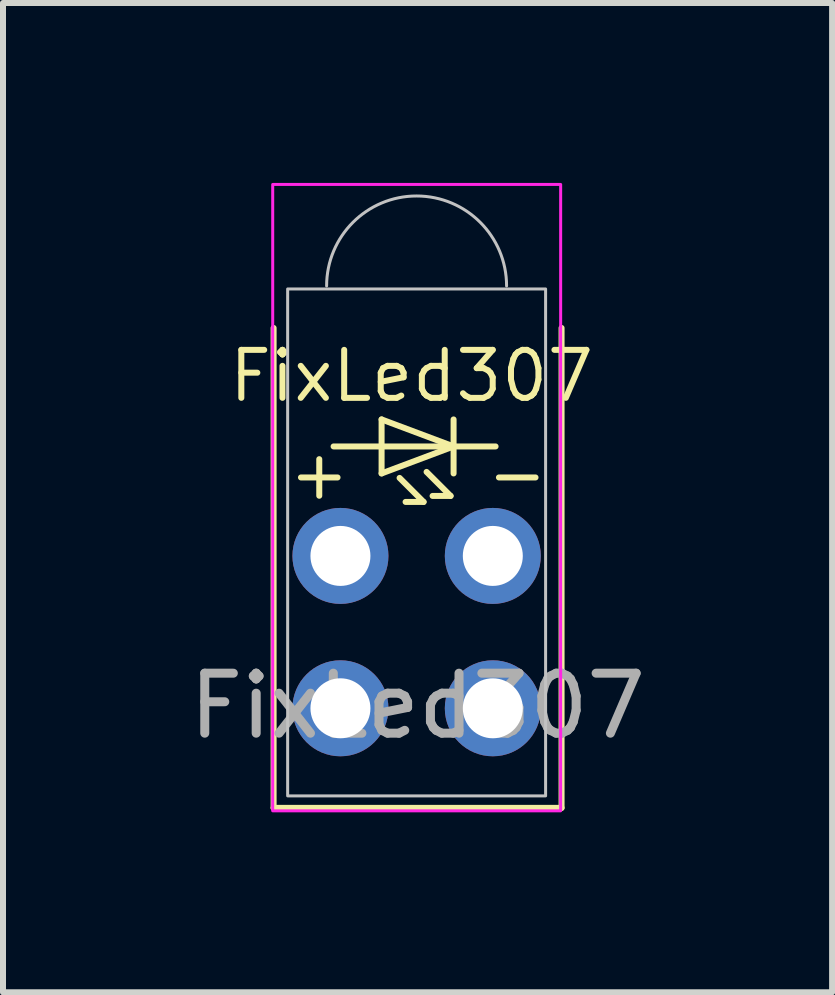
<source format=kicad_pcb>
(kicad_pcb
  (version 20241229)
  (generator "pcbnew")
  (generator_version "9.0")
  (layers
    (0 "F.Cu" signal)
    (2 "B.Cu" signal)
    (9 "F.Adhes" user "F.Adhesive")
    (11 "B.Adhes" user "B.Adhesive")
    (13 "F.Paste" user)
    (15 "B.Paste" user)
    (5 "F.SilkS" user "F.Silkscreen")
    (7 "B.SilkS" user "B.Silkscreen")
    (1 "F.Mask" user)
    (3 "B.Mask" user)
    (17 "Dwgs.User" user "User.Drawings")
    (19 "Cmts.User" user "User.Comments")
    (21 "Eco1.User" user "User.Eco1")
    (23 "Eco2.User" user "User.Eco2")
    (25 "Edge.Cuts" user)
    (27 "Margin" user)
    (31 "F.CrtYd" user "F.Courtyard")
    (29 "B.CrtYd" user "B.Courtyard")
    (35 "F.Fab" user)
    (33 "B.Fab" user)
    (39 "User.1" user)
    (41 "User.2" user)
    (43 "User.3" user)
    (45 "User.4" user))
  (footprint "FixLed307"
    (layer "F.Cu")
    (at 3.911 6.217)
    (property "Reference" "FixLed307" (at -0.1 -3 0) (unlocked yes) (layer "F.SilkS") (effects (font (size 0.8 0.8) (thickness 0.1))))
    (attr through_hole)
    (fp_line (start -2.4 4.2) (end -2.4 -3.8) (stroke (width 0.1) (type default)) (layer "F.SilkS"))
    (fp_line (start -0.6 -2.275) (end -0.6 -1.375) (stroke (width 0.1) (type default)) (layer "F.SilkS"))
    (fp_line (start -0.6 -1.375) (end 0.6 -1.825) (stroke (width 0.1) (type default)) (layer "F.SilkS"))
    (fp_line (start -0.3 -1.3) (end 0.1 -0.9) (stroke (width 0.1) (type default)) (layer "F.SilkS"))
    (fp_line (start 0.1 -0.9) (end -0.2 -0.9) (stroke (width 0.1) (type default)) (layer "F.SilkS"))
    (fp_line (start 0.15 -1.4) (end 0.55 -1) (stroke (width 0.1) (type default)) (layer "F.SilkS"))
    (fp_line (start 0.55 -1) (end 0.25 -1) (stroke (width 0.1) (type default)) (layer "F.SilkS"))
    (fp_line (start 0.6 -2.275) (end 0.6 -1.375) (stroke (width 0.1) (type default)) (layer "F.SilkS"))
    (fp_line (start 0.6 -1.825) (end -1.4 -1.825) (stroke (width 0.1) (type default)) (layer "F.SilkS"))
    (fp_line (start 0.6 -1.825) (end -0.6 -2.275) (stroke (width 0.1) (type default)) (layer "F.SilkS"))
    (fp_line (start 0.6 -1.825) (end 1.3 -1.825) (stroke (width 0.1) (type default)) (layer "F.SilkS"))
    (fp_line (start 2.4 -3.8) (end 2.4 4.2) (stroke (width 0.1) (type default)) (layer "F.SilkS"))
    (fp_line (start 2.4 4.2) (end -2.4 4.2) (stroke (width 0.1) (type default)) (layer "F.SilkS"))
    (fp_rect (start -2.166 -4.45) (end 2.134 4) (stroke (width 0.05) (type default)) (fill no) (layer "Dwgs.User"))
    (fp_arc (start -1.516409 -4.500015) (mid -0.0164 -6.000019) (end 1.483609 -4.500015) (stroke (width 0.05) (type default)) (layer "Dwgs.User"))
    (fp_rect (start -2.415 -6.192) (end 2.385 4.249) (stroke (width 0.05) (type default)) (fill no) (layer "F.CrtYd"))
    (fp_text user "-" (at 1.1 -0.9 0) (unlocked yes) (layer "F.SilkS") (effects (font (size 0.8 0.8) (thickness 0.1)) (justify left bottom)))
    (fp_text user "+" (at -2.2 -0.9 0) (unlocked yes) (layer "F.SilkS") (effects (font (size 0.8 0.8) (thickness 0.1)) (justify left bottom)))
    (fp_text user "${REFERENCE}" (at 0 2.5 0) (unlocked yes) (layer "F.Fab") (effects (font (size 1 1) (thickness 0.15))))
    (pad "1" thru_hole circle (at -1.286 0) (size 1.6 1.6) (drill 1) (layers "*.Cu" "*.Mask"))
    (pad "2" thru_hole circle (at 1.254 0) (size 1.6 1.6) (drill 1) (layers "*.Cu" "*.Mask"))
    (pad "3" thru_hole circle (at -1.286 2.54) (size 1.6 1.6) (drill 1) (layers "*.Cu" "*.Mask"))
    (pad "4" thru_hole circle (at 1.254 2.54) (size 1.6 1.6) (drill 1) (layers "*.Cu" "*.Mask")))
  (gr_rect
    (start -3 -3)
    (end 10.821 13.491)
    (stroke (width 0.1) (type default))
    (fill no)
    (layer "Edge.Cuts")))
</source>
